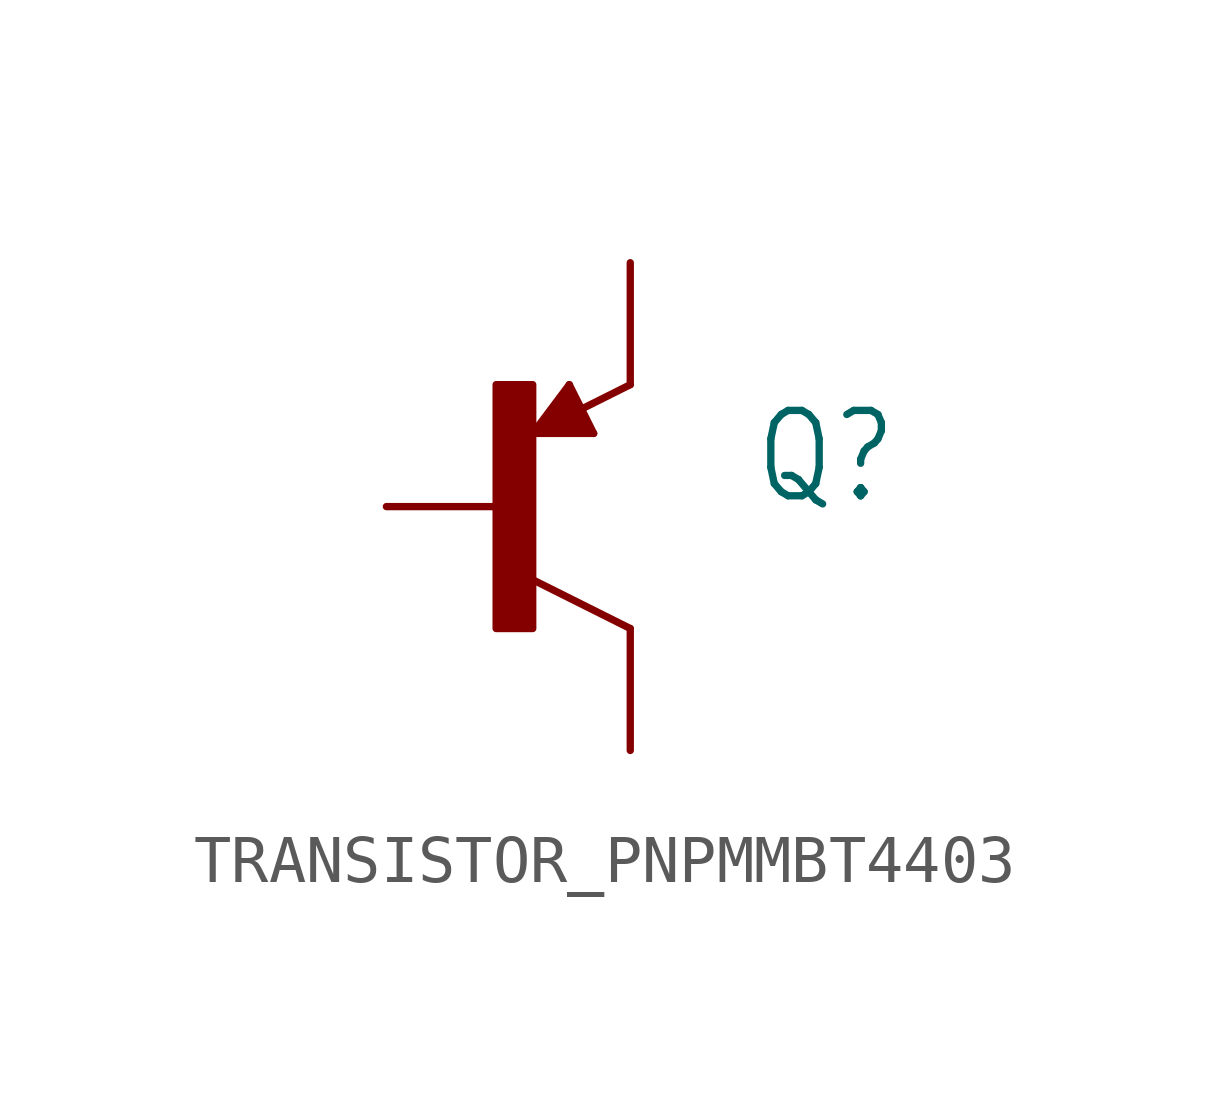
<source format=kicad_sym>
(kicad_symbol_lib
  (version 20220914)
  (generator kicad_symbol_editor)
  (symbol "TRANSISTOR_PNPMMBT4403"
    (property "Reference" "Q"
      (at 5.08 0 0)
      (effects (font (size 1.778 1.511)) (justify left bottom)))
    (property "Value" ""
      (at 5.08 -2.54 0)
      (effects (font (size 1.778 1.511)) (justify left bottom)))
    (property "ki_locked" ""
      (at 0 0 0)
      (effects (font (size 1.27 1.27))))
    (symbol "TRANSISTOR_PNPMMBT4403_1_0"
      (rectangle (start -0.254 -2.54) (end 0.508 2.54) (stroke (width 0) (type default)) (fill (type outline)))
      (polyline (pts (xy 0.508 -1.524) (xy 2.54 -2.54)) (stroke (width 0.152) (type solid)) (fill (type none)))
      (polyline (pts (xy 0.508 1.524) (xy 1.27 2.54)) (stroke (width 0.152) (type solid)) (fill (type none)))
      (polyline (pts (xy 0.813 1.778) (xy 0.889 1.626)) (stroke (width 0.203) (type solid)) (fill (type none)))
      (polyline (pts (xy 0.94 1.88) (xy 1.041 1.651)) (stroke (width 0.203) (type solid)) (fill (type none)))
      (polyline (pts (xy 1.016 2.032) (xy 1.219 1.626)) (stroke (width 0.203) (type solid)) (fill (type none)))
      (polyline (pts (xy 1.143 2.159) (xy 1.397 1.626)) (stroke (width 0.203) (type solid)) (fill (type none)))
      (polyline (pts (xy 1.219 2.311) (xy 1.575 1.626)) (stroke (width 0.203) (type solid)) (fill (type none)))
      (polyline (pts (xy 1.27 2.54) (xy 1.778 1.524)) (stroke (width 0.152) (type solid)) (fill (type none)))
      (polyline (pts (xy 1.778 1.524) (xy 0.508 1.524)) (stroke (width 0.152) (type solid)) (fill (type none)))
      (polyline (pts (xy 2.54 2.54) (xy 0.508 1.524)) (stroke (width 0.152) (type solid)) (fill (type none)))
      (pin passive line (at -2.54 0 0) (length 2.54) (name "B" (effects (font (size 0 0)))) (number "1" (effects (font (size 0 0)))))
      (pin passive line (at 2.54 5.08 270) (length 2.54) (name "E" (effects (font (size 0 0)))) (number "2" (effects (font (size 0 0)))))
      (pin passive line (at 2.54 -5.08 90) (length 2.54) (name "C" (effects (font (size 0 0)))) (number "3" (effects (font (size 0 0))))))))
</source>
